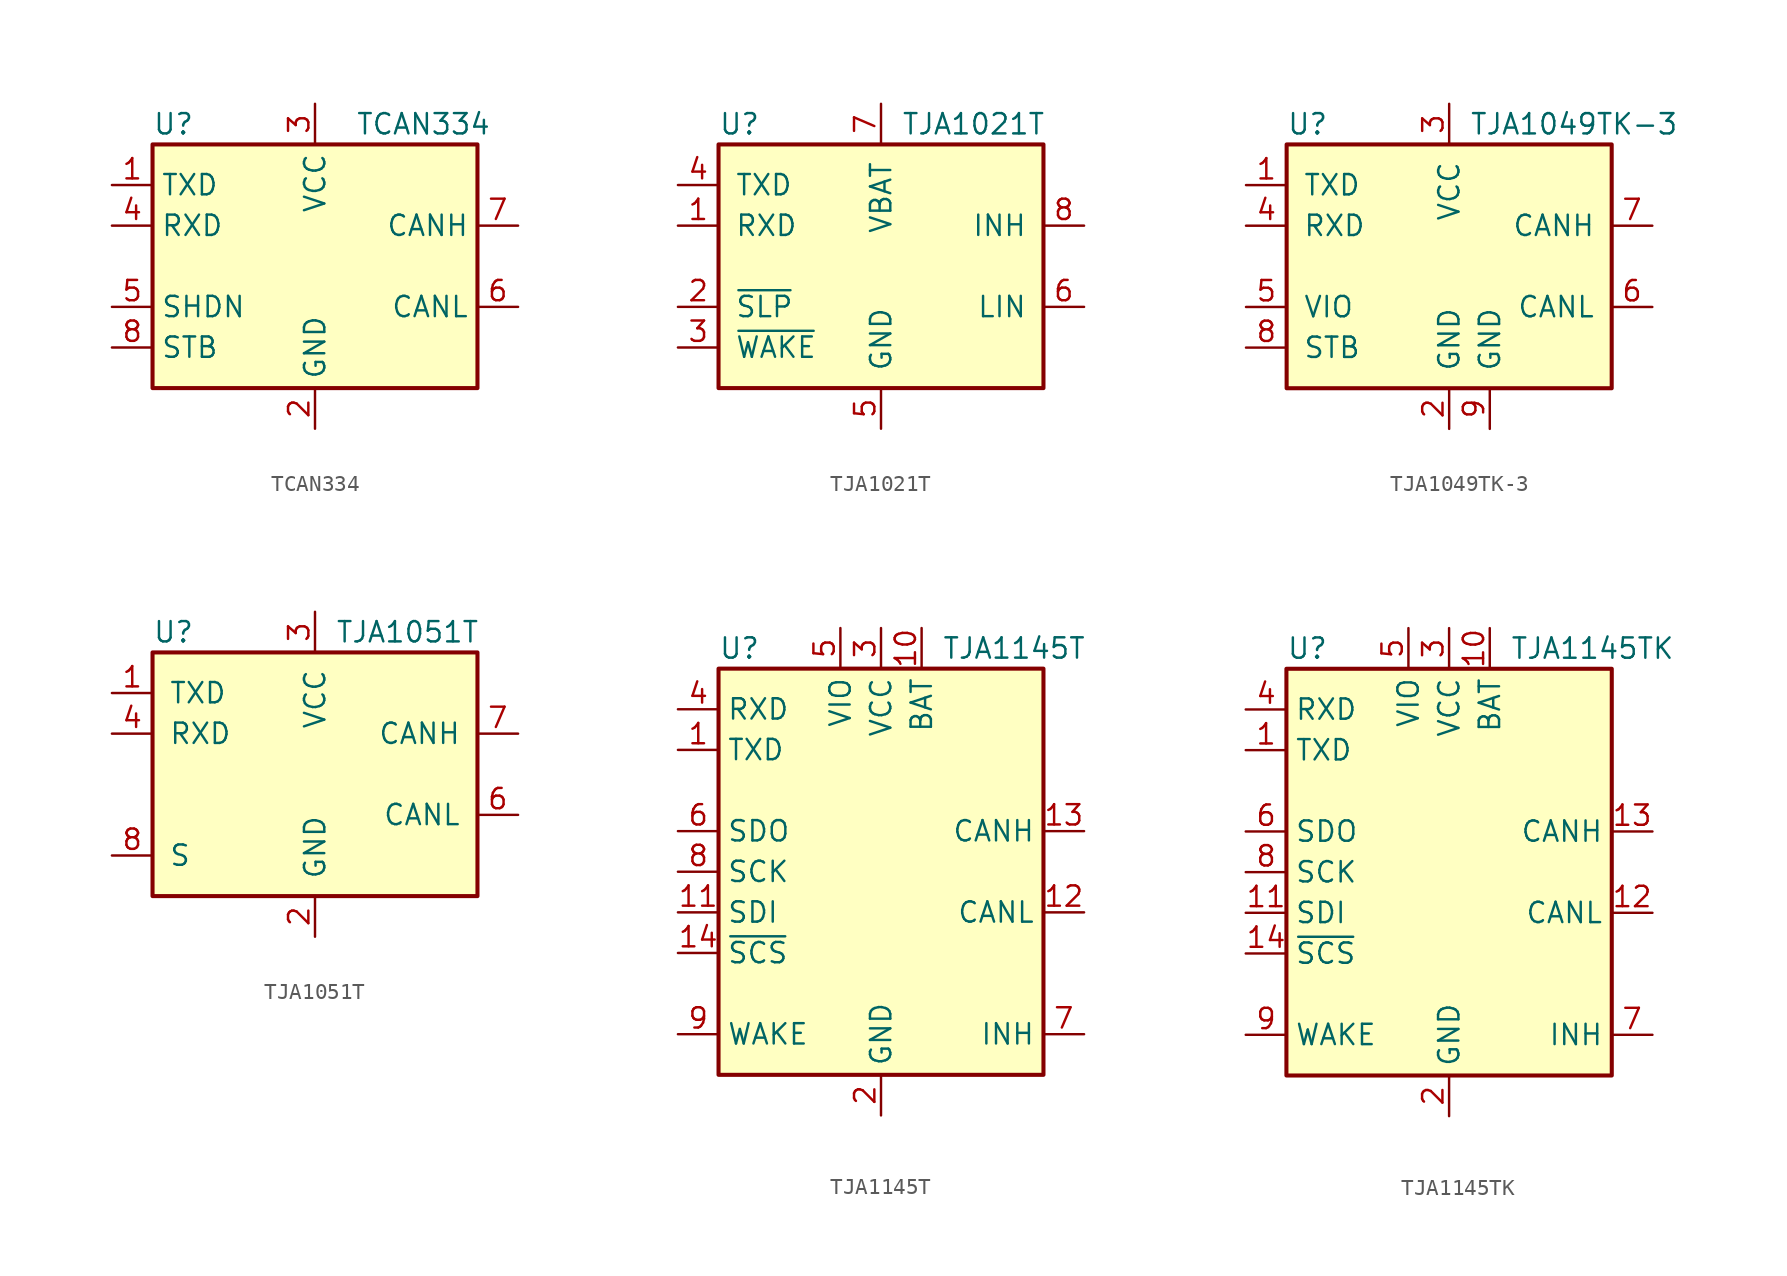
<source format=kicad_sym>
(kicad_symbol_lib
  (version 20201005)
  (generator kicad_symbol_editor)
  (symbol "TCAN334"
    (property "Reference" "U"
      (at -10.16 8.89 0)
      (effects (font (size 1.27 1.27)) (justify left)))
    (property "Value" "TCAN334"
      (at 2.54 8.89 0)
      (effects (font (size 1.27 1.27)) (justify left)))
    (symbol "TCAN334_0_1"
      (rectangle (start -10.16 7.62) (end 10.16 -7.62) (stroke (width 0.254)) (fill (type background))))
    (symbol "TCAN334_1_1"
      (pin input line (at -12.7 5.08 0) (length 2.54) (name "TXD" (effects (font (size 1.27 1.27)))) (number "1" (effects (font (size 1.27 1.27)))))
      (pin power_in line (at 0 -10.16 90) (length 2.54) (name "GND" (effects (font (size 1.27 1.27)))) (number "2" (effects (font (size 1.27 1.27)))))
      (pin power_in line (at 0 10.16 270) (length 2.54) (name "VCC" (effects (font (size 1.27 1.27)))) (number "3" (effects (font (size 1.27 1.27)))))
      (pin tri_state line (at -12.7 2.54 0) (length 2.54) (name "RXD" (effects (font (size 1.27 1.27)))) (number "4" (effects (font (size 1.27 1.27)))))
      (pin input line (at -12.7 -2.54 0) (length 2.54) (name "SHDN" (effects (font (size 1.27 1.27)))) (number "5" (effects (font (size 1.27 1.27)))))
      (pin bidirectional line (at 12.7 -2.54 180) (length 2.54) (name "CANL" (effects (font (size 1.27 1.27)))) (number "6" (effects (font (size 1.27 1.27)))))
      (pin bidirectional line (at 12.7 2.54 180) (length 2.54) (name "CANH" (effects (font (size 1.27 1.27)))) (number "7" (effects (font (size 1.27 1.27)))))
      (pin input line (at -12.7 -5.08 0) (length 2.54) (name "STB" (effects (font (size 1.27 1.27)))) (number "8" (effects (font (size 1.27 1.27)))))))
  (symbol "TJA1021T"
    (pin_names
      (offset 1.016))
    (property "Reference" "U"
      (at -10.16 8.89 0)
      (effects (font (size 1.27 1.27)) (justify left)))
    (property "Value" "TJA1021T"
      (at 1.27 8.89 0)
      (effects (font (size 1.27 1.27)) (justify left)))
    (symbol "TJA1021T_0_1"
      (rectangle (start -10.16 7.62) (end 10.16 -7.62) (stroke (width 0.254)) (fill (type background))))
    (symbol "TJA1021T_1_1"
      (pin output line (at -12.7 2.54 0) (length 2.54) (name "RXD" (effects (font (size 1.27 1.27)))) (number "1" (effects (font (size 1.27 1.27)))))
      (pin input line (at -12.7 -2.54 0) (length 2.54) (name "~SLP~" (effects (font (size 1.27 1.27)))) (number "2" (effects (font (size 1.27 1.27)))))
      (pin input line (at -12.7 -5.08 0) (length 2.54) (name "~WAKE~" (effects (font (size 1.27 1.27)))) (number "3" (effects (font (size 1.27 1.27)))))
      (pin input line (at -12.7 5.08 0) (length 2.54) (name "TXD" (effects (font (size 1.27 1.27)))) (number "4" (effects (font (size 1.27 1.27)))))
      (pin power_in line (at 0 -10.16 90) (length 2.54) (name "GND" (effects (font (size 1.27 1.27)))) (number "5" (effects (font (size 1.27 1.27)))))
      (pin bidirectional line (at 12.7 -2.54 180) (length 2.54) (name "LIN" (effects (font (size 1.27 1.27)))) (number "6" (effects (font (size 1.27 1.27)))))
      (pin power_in line (at 0 10.16 270) (length 2.54) (name "VBAT" (effects (font (size 1.27 1.27)))) (number "7" (effects (font (size 1.27 1.27)))))
      (pin output line (at 12.7 2.54 180) (length 2.54) (name "INH" (effects (font (size 1.27 1.27)))) (number "8" (effects (font (size 1.27 1.27)))))))
  (symbol "TJA1049TK-3"
    (pin_names
      (offset 1.016))
    (property "Reference" "U"
      (at -10.16 8.89 0)
      (effects (font (size 1.27 1.27)) (justify left)))
    (property "Value" "TJA1049TK-3"
      (at 1.27 8.89 0)
      (effects (font (size 1.27 1.27)) (justify left)))
    (symbol "TJA1049TK-3_0_1"
      (rectangle (start -10.16 7.62) (end 10.16 -7.62) (stroke (width 0.254)) (fill (type background))))
    (symbol "TJA1049TK-3_1_1"
      (pin input line (at -12.7 5.08 0) (length 2.54) (name "TXD" (effects (font (size 1.27 1.27)))) (number "1" (effects (font (size 1.27 1.27)))))
      (pin power_in line (at 0 -10.16 90) (length 2.54) (name "GND" (effects (font (size 1.27 1.27)))) (number "2" (effects (font (size 1.27 1.27)))))
      (pin power_in line (at 0 10.16 270) (length 2.54) (name "VCC" (effects (font (size 1.27 1.27)))) (number "3" (effects (font (size 1.27 1.27)))))
      (pin output line (at -12.7 2.54 0) (length 2.54) (name "RXD" (effects (font (size 1.27 1.27)))) (number "4" (effects (font (size 1.27 1.27)))))
      (pin power_in line (at -12.7 -2.54 0) (length 2.54) (name "VIO" (effects (font (size 1.27 1.27)))) (number "5" (effects (font (size 1.27 1.27)))))
      (pin bidirectional line (at 12.7 -2.54 180) (length 2.54) (name "CANL" (effects (font (size 1.27 1.27)))) (number "6" (effects (font (size 1.27 1.27)))))
      (pin bidirectional line (at 12.7 2.54 180) (length 2.54) (name "CANH" (effects (font (size 1.27 1.27)))) (number "7" (effects (font (size 1.27 1.27)))))
      (pin input line (at -12.7 -5.08 0) (length 2.54) (name "STB" (effects (font (size 1.27 1.27)))) (number "8" (effects (font (size 1.27 1.27)))))
      (pin power_in line (at 2.54 -10.16 90) (length 2.54) (name "GND" (effects (font (size 1.27 1.27)))) (number "9" (effects (font (size 1.27 1.27)))))))
  (symbol "TJA1051T"
    (pin_names
      (offset 1.016))
    (property "Reference" "U"
      (at -10.16 8.89 0)
      (effects (font (size 1.27 1.27)) (justify left)))
    (property "Value" "TJA1051T"
      (at 1.27 8.89 0)
      (effects (font (size 1.27 1.27)) (justify left)))
    (symbol "TJA1051T_0_1"
      (rectangle (start -10.16 7.62) (end 10.16 -7.62) (stroke (width 0.254)) (fill (type background))))
    (symbol "TJA1051T_1_1"
      (pin input line (at -12.7 5.08 0) (length 2.54) (name "TXD" (effects (font (size 1.27 1.27)))) (number "1" (effects (font (size 1.27 1.27)))))
      (pin power_in line (at 0 -10.16 90) (length 2.54) (name "GND" (effects (font (size 1.27 1.27)))) (number "2" (effects (font (size 1.27 1.27)))))
      (pin power_in line (at 0 10.16 270) (length 2.54) (name "VCC" (effects (font (size 1.27 1.27)))) (number "3" (effects (font (size 1.27 1.27)))))
      (pin output line (at -12.7 2.54 0) (length 2.54) (name "RXD" (effects (font (size 1.27 1.27)))) (number "4" (effects (font (size 1.27 1.27)))))
      (pin no_connect line (at -12.7 -2.54 0) (length 2.54) hide (name "n.c." (effects (font (size 1.27 1.27)))) (number "5" (effects (font (size 1.27 1.27)))))
      (pin bidirectional line (at 12.7 -2.54 180) (length 2.54) (name "CANL" (effects (font (size 1.27 1.27)))) (number "6" (effects (font (size 1.27 1.27)))))
      (pin bidirectional line (at 12.7 2.54 180) (length 2.54) (name "CANH" (effects (font (size 1.27 1.27)))) (number "7" (effects (font (size 1.27 1.27)))))
      (pin input line (at -12.7 -5.08 0) (length 2.54) (name "S" (effects (font (size 1.27 1.27)))) (number "8" (effects (font (size 1.27 1.27)))))))
  (symbol "TJA1145T"
    (property "Reference" "U"
      (at -10.16 13.97 0)
      (effects (font (size 1.27 1.27)) (justify left)))
    (property "Value" "TJA1145T"
      (at 3.81 13.97 0)
      (effects (font (size 1.27 1.27)) (justify left)))
    (symbol "TJA1145T_0_1"
      (rectangle (start -10.16 12.7) (end 10.16 -12.7) (stroke (width 0.254)) (fill (type background))))
    (symbol "TJA1145T_1_1"
      (pin input line (at -12.7 7.62 0) (length 2.54) (name "TXD" (effects (font (size 1.27 1.27)))) (number "1" (effects (font (size 1.27 1.27)))))
      (pin power_in line (at 2.54 15.24 270) (length 2.54) (name "BAT" (effects (font (size 1.27 1.27)))) (number "10" (effects (font (size 1.27 1.27)))))
      (pin input line (at -12.7 -2.54 0) (length 2.54) (name "SDI" (effects (font (size 1.27 1.27)))) (number "11" (effects (font (size 1.27 1.27)))))
      (pin bidirectional line (at 12.7 -2.54 180) (length 2.54) (name "CANL" (effects (font (size 1.27 1.27)))) (number "12" (effects (font (size 1.27 1.27)))))
      (pin bidirectional line (at 12.7 2.54 180) (length 2.54) (name "CANH" (effects (font (size 1.27 1.27)))) (number "13" (effects (font (size 1.27 1.27)))))
      (pin input line (at -12.7 -5.08 0) (length 2.54) (name "~SCS" (effects (font (size 1.27 1.27)))) (number "14" (effects (font (size 1.27 1.27)))))
      (pin power_in line (at 0 -15.24 90) (length 2.54) (name "GND" (effects (font (size 1.27 1.27)))) (number "2" (effects (font (size 1.27 1.27)))))
      (pin power_in line (at 0 15.24 270) (length 2.54) (name "VCC" (effects (font (size 1.27 1.27)))) (number "3" (effects (font (size 1.27 1.27)))))
      (pin output line (at -12.7 10.16 0) (length 2.54) (name "RXD" (effects (font (size 1.27 1.27)))) (number "4" (effects (font (size 1.27 1.27)))))
      (pin power_in line (at -2.54 15.24 270) (length 2.54) (name "VIO" (effects (font (size 1.27 1.27)))) (number "5" (effects (font (size 1.27 1.27)))))
      (pin output line (at -12.7 2.54 0) (length 2.54) (name "SDO" (effects (font (size 1.27 1.27)))) (number "6" (effects (font (size 1.27 1.27)))))
      (pin open_emitter line (at 12.7 -10.16 180) (length 2.54) (name "INH" (effects (font (size 1.27 1.27)))) (number "7" (effects (font (size 1.27 1.27)))))
      (pin input line (at -12.7 0 0) (length 2.54) (name "SCK" (effects (font (size 1.27 1.27)))) (number "8" (effects (font (size 1.27 1.27)))))
      (pin input line (at -12.7 -10.16 0) (length 2.54) (name "WAKE" (effects (font (size 1.27 1.27)))) (number "9" (effects (font (size 1.27 1.27)))))))
  (symbol "TJA1145TK"
    (property "Reference" "U"
      (at -10.16 13.97 0)
      (effects (font (size 1.27 1.27)) (justify left)))
    (property "Value" "TJA1145TK"
      (at 3.81 13.97 0)
      (effects (font (size 1.27 1.27)) (justify left)))
    (symbol "TJA1145TK_0_1"
      (rectangle (start -10.16 12.7) (end 10.16 -12.7) (stroke (width 0.254)) (fill (type background))))
    (symbol "TJA1145TK_1_1"
      (pin input line (at -12.7 7.62 0) (length 2.54) (name "TXD" (effects (font (size 1.27 1.27)))) (number "1" (effects (font (size 1.27 1.27)))))
      (pin power_in line (at 2.54 15.24 270) (length 2.54) (name "BAT" (effects (font (size 1.27 1.27)))) (number "10" (effects (font (size 1.27 1.27)))))
      (pin input line (at -12.7 -2.54 0) (length 2.54) (name "SDI" (effects (font (size 1.27 1.27)))) (number "11" (effects (font (size 1.27 1.27)))))
      (pin bidirectional line (at 12.7 -2.54 180) (length 2.54) (name "CANL" (effects (font (size 1.27 1.27)))) (number "12" (effects (font (size 1.27 1.27)))))
      (pin bidirectional line (at 12.7 2.54 180) (length 2.54) (name "CANH" (effects (font (size 1.27 1.27)))) (number "13" (effects (font (size 1.27 1.27)))))
      (pin input line (at -12.7 -5.08 0) (length 2.54) (name "~SCS" (effects (font (size 1.27 1.27)))) (number "14" (effects (font (size 1.27 1.27)))))
      (pin passive line (at 0 -15.24 90) (length 2.54) hide (name "GND" (effects (font (size 1.27 1.27)))) (number "15" (effects (font (size 1.27 1.27)))))
      (pin power_in line (at 0 -15.24 90) (length 2.54) (name "GND" (effects (font (size 1.27 1.27)))) (number "2" (effects (font (size 1.27 1.27)))))
      (pin power_in line (at 0 15.24 270) (length 2.54) (name "VCC" (effects (font (size 1.27 1.27)))) (number "3" (effects (font (size 1.27 1.27)))))
      (pin output line (at -12.7 10.16 0) (length 2.54) (name "RXD" (effects (font (size 1.27 1.27)))) (number "4" (effects (font (size 1.27 1.27)))))
      (pin power_in line (at -2.54 15.24 270) (length 2.54) (name "VIO" (effects (font (size 1.27 1.27)))) (number "5" (effects (font (size 1.27 1.27)))))
      (pin output line (at -12.7 2.54 0) (length 2.54) (name "SDO" (effects (font (size 1.27 1.27)))) (number "6" (effects (font (size 1.27 1.27)))))
      (pin open_emitter line (at 12.7 -10.16 180) (length 2.54) (name "INH" (effects (font (size 1.27 1.27)))) (number "7" (effects (font (size 1.27 1.27)))))
      (pin input line (at -12.7 0 0) (length 2.54) (name "SCK" (effects (font (size 1.27 1.27)))) (number "8" (effects (font (size 1.27 1.27)))))
      (pin input line (at -12.7 -10.16 0) (length 2.54) (name "WAKE" (effects (font (size 1.27 1.27)))) (number "9" (effects (font (size 1.27 1.27))))))))
</source>
